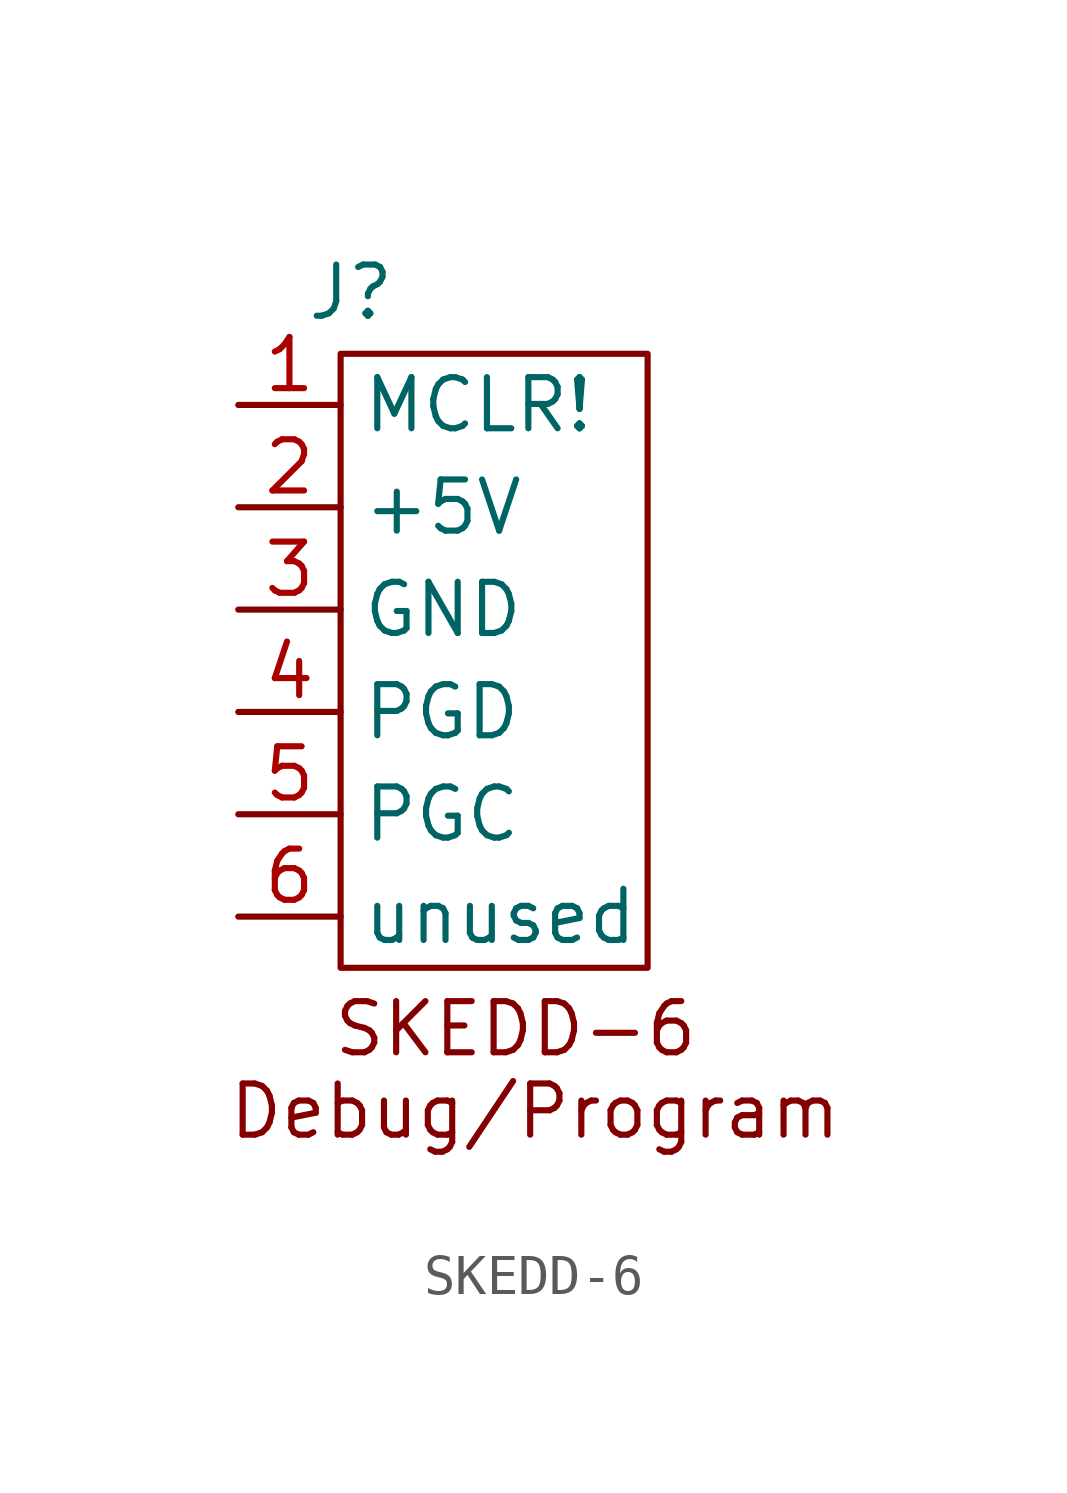
<source format=kicad_sym>
(kicad_symbol_lib
  (version 20241209)
  (generator "kicad_symbol_editor")
  (generator_version "9.0")
  (symbol "SKEDD-6"
    (property "Reference" "J"
      (at 2.794 2.794 0)
      (effects (font (size 1.27 1.27))))
    (property "Value" ""
      (at 0 0 0)
      (effects (font (size 1.27 1.27))))
    (symbol "SKEDD-6_0_1"
      (rectangle (start 2.54 1.27) (end 10.16 -13.97) (stroke (width 0) (type default)) (fill (type none))))
    (symbol "SKEDD-6_1_1"
      (text "SKEDD-6 \nDebug/Program" (at 7.366 -16.51 0) (effects (font (size 1.27 1.27))))
      (pin bidirectional line (at 0 0 0) (length 2.54) (name "MCLR!" (effects (font (size 1.27 1.27)))) (number "1" (effects (font (size 1.27 1.27)))))
      (pin power_in line (at 0 -2.54 0) (length 2.54) (name "+5V" (effects (font (size 1.27 1.27)))) (number "2" (effects (font (size 1.27 1.27)))))
      (pin power_in line (at 0 -5.08 0) (length 2.54) (name "GND" (effects (font (size 1.27 1.27)))) (number "3" (effects (font (size 1.27 1.27)))))
      (pin bidirectional line (at 0 -7.62 0) (length 2.54) (name "PGD" (effects (font (size 1.27 1.27)))) (number "4" (effects (font (size 1.27 1.27)))))
      (pin input line (at 0 -10.16 0) (length 2.54) (name "PGC" (effects (font (size 1.27 1.27)))) (number "5" (effects (font (size 1.27 1.27)))))
      (pin unspecified line (at 0 -12.7 0) (length 2.54) (name "unused" (effects (font (size 1.27 1.27)))) (number "6" (effects (font (size 1.27 1.27))))))))
</source>
